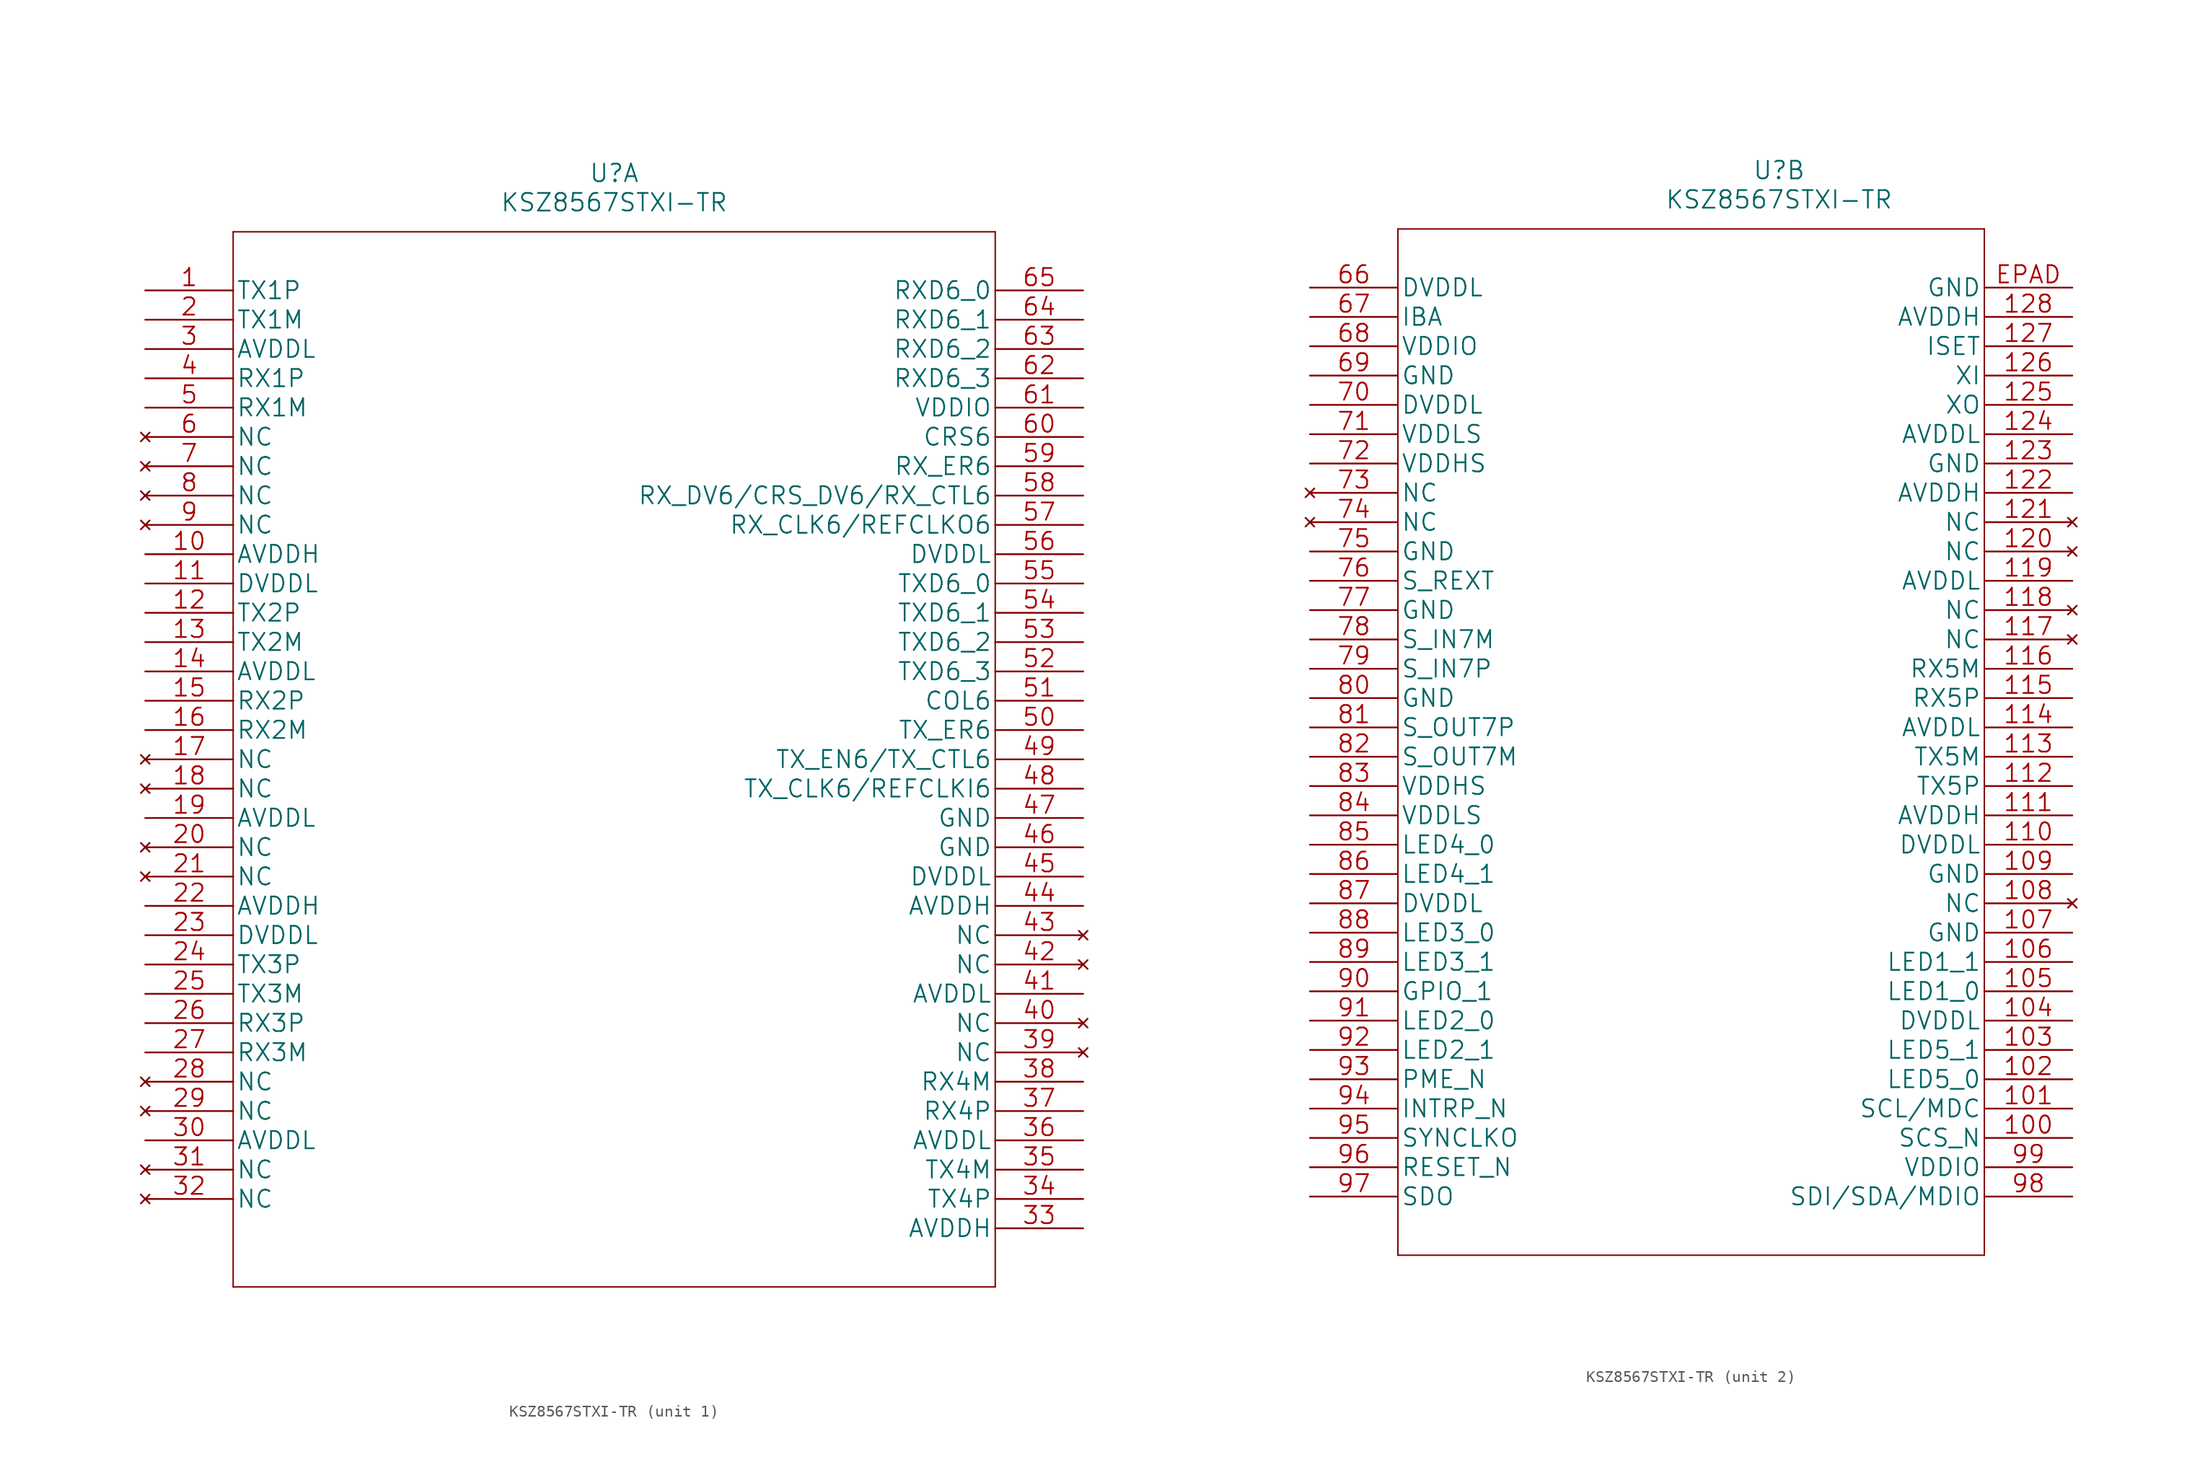
<source format=kicad_sym>
(kicad_symbol_lib
  (version 20231120)
  (generator "kicad_symbol_editor")
  (generator_version "8.0")
  (symbol "KSZ8567STXI-TR"
    (pin_names
      (offset 0.254))
    (property "Reference" "U"
      (at 40.64 10.16 0)
      (effects (font (size 1.524 1.524))))
    (property "Value" "KSZ8567STXI-TR"
      (at 40.64 7.62 0)
      (effects (font (size 1.524 1.524))))
    (property "Datasheet" ""
      (at 0 0 0)
      (effects (font (size 1.524 1.524))))
    (property "ki_locked" ""
      (at 0 0 0)
      (effects (font (size 1.27 1.27))))
    (symbol "KSZ8567STXI-TR_1_1"
      (polyline (pts (xy 7.62 -86.36) (xy 73.66 -86.36)) (stroke (width 0.127) (type default)) (fill (type none)))
      (polyline (pts (xy 7.62 5.08) (xy 7.62 -86.36)) (stroke (width 0.127) (type default)) (fill (type none)))
      (polyline (pts (xy 73.66 -86.36) (xy 73.66 5.08)) (stroke (width 0.127) (type default)) (fill (type none)))
      (polyline (pts (xy 73.66 5.08) (xy 7.62 5.08)) (stroke (width 0.127) (type default)) (fill (type none)))
      (pin unspecified line (at 0 0 0) (length 7.62) (name "TX1P" (effects (font (size 1.499 1.499)))) (number "1" (effects (font (size 1.499 1.499)))))
      (pin power_in line (at 0 -22.86 0) (length 7.62) (name "AVDDH" (effects (font (size 1.499 1.499)))) (number "10" (effects (font (size 1.499 1.499)))))
      (pin power_in line (at 0 -25.4 0) (length 7.62) (name "DVDDL" (effects (font (size 1.499 1.499)))) (number "11" (effects (font (size 1.499 1.499)))))
      (pin unspecified line (at 0 -27.94 0) (length 7.62) (name "TX2P" (effects (font (size 1.499 1.499)))) (number "12" (effects (font (size 1.499 1.499)))))
      (pin unspecified line (at 0 -30.48 0) (length 7.62) (name "TX2M" (effects (font (size 1.499 1.499)))) (number "13" (effects (font (size 1.499 1.499)))))
      (pin power_in line (at 0 -33.02 0) (length 7.62) (name "AVDDL" (effects (font (size 1.499 1.499)))) (number "14" (effects (font (size 1.499 1.499)))))
      (pin unspecified line (at 0 -35.56 0) (length 7.62) (name "RX2P" (effects (font (size 1.499 1.499)))) (number "15" (effects (font (size 1.499 1.499)))))
      (pin unspecified line (at 0 -38.1 0) (length 7.62) (name "RX2M" (effects (font (size 1.499 1.499)))) (number "16" (effects (font (size 1.499 1.499)))))
      (pin no_connect line (at 0 -40.64 0) (length 7.62) (name "NC" (effects (font (size 1.499 1.499)))) (number "17" (effects (font (size 1.499 1.499)))))
      (pin no_connect line (at 0 -43.18 0) (length 7.62) (name "NC" (effects (font (size 1.499 1.499)))) (number "18" (effects (font (size 1.499 1.499)))))
      (pin power_in line (at 0 -45.72 0) (length 7.62) (name "AVDDL" (effects (font (size 1.499 1.499)))) (number "19" (effects (font (size 1.499 1.499)))))
      (pin unspecified line (at 0 -2.54 0) (length 7.62) (name "TX1M" (effects (font (size 1.499 1.499)))) (number "2" (effects (font (size 1.499 1.499)))))
      (pin no_connect line (at 0 -48.26 0) (length 7.62) (name "NC" (effects (font (size 1.499 1.499)))) (number "20" (effects (font (size 1.499 1.499)))))
      (pin no_connect line (at 0 -50.8 0) (length 7.62) (name "NC" (effects (font (size 1.499 1.499)))) (number "21" (effects (font (size 1.499 1.499)))))
      (pin power_in line (at 0 -53.34 0) (length 7.62) (name "AVDDH" (effects (font (size 1.499 1.499)))) (number "22" (effects (font (size 1.499 1.499)))))
      (pin power_in line (at 0 -55.88 0) (length 7.62) (name "DVDDL" (effects (font (size 1.499 1.499)))) (number "23" (effects (font (size 1.499 1.499)))))
      (pin unspecified line (at 0 -58.42 0) (length 7.62) (name "TX3P" (effects (font (size 1.499 1.499)))) (number "24" (effects (font (size 1.499 1.499)))))
      (pin unspecified line (at 0 -60.96 0) (length 7.62) (name "TX3M" (effects (font (size 1.499 1.499)))) (number "25" (effects (font (size 1.499 1.499)))))
      (pin unspecified line (at 0 -63.5 0) (length 7.62) (name "RX3P" (effects (font (size 1.499 1.499)))) (number "26" (effects (font (size 1.499 1.499)))))
      (pin unspecified line (at 0 -66.04 0) (length 7.62) (name "RX3M" (effects (font (size 1.499 1.499)))) (number "27" (effects (font (size 1.499 1.499)))))
      (pin no_connect line (at 0 -68.58 0) (length 7.62) (name "NC" (effects (font (size 1.499 1.499)))) (number "28" (effects (font (size 1.499 1.499)))))
      (pin no_connect line (at 0 -71.12 0) (length 7.62) (name "NC" (effects (font (size 1.499 1.499)))) (number "29" (effects (font (size 1.499 1.499)))))
      (pin power_in line (at 0 -5.08 0) (length 7.62) (name "AVDDL" (effects (font (size 1.499 1.499)))) (number "3" (effects (font (size 1.499 1.499)))))
      (pin power_in line (at 0 -73.66 0) (length 7.62) (name "AVDDL" (effects (font (size 1.499 1.499)))) (number "30" (effects (font (size 1.499 1.499)))))
      (pin no_connect line (at 0 -76.2 0) (length 7.62) (name "NC" (effects (font (size 1.499 1.499)))) (number "31" (effects (font (size 1.499 1.499)))))
      (pin no_connect line (at 0 -78.74 0) (length 7.62) (name "NC" (effects (font (size 1.499 1.499)))) (number "32" (effects (font (size 1.499 1.499)))))
      (pin power_in line (at 81.28 -81.28 180) (length 7.62) (name "AVDDH" (effects (font (size 1.499 1.499)))) (number "33" (effects (font (size 1.499 1.499)))))
      (pin unspecified line (at 81.28 -78.74 180) (length 7.62) (name "TX4P" (effects (font (size 1.499 1.499)))) (number "34" (effects (font (size 1.499 1.499)))))
      (pin unspecified line (at 81.28 -76.2 180) (length 7.62) (name "TX4M" (effects (font (size 1.499 1.499)))) (number "35" (effects (font (size 1.499 1.499)))))
      (pin power_in line (at 81.28 -73.66 180) (length 7.62) (name "AVDDL" (effects (font (size 1.499 1.499)))) (number "36" (effects (font (size 1.499 1.499)))))
      (pin unspecified line (at 81.28 -71.12 180) (length 7.62) (name "RX4P" (effects (font (size 1.499 1.499)))) (number "37" (effects (font (size 1.499 1.499)))))
      (pin unspecified line (at 81.28 -68.58 180) (length 7.62) (name "RX4M" (effects (font (size 1.499 1.499)))) (number "38" (effects (font (size 1.499 1.499)))))
      (pin no_connect line (at 81.28 -66.04 180) (length 7.62) (name "NC" (effects (font (size 1.499 1.499)))) (number "39" (effects (font (size 1.499 1.499)))))
      (pin unspecified line (at 0 -7.62 0) (length 7.62) (name "RX1P" (effects (font (size 1.499 1.499)))) (number "4" (effects (font (size 1.499 1.499)))))
      (pin no_connect line (at 81.28 -63.5 180) (length 7.62) (name "NC" (effects (font (size 1.499 1.499)))) (number "40" (effects (font (size 1.499 1.499)))))
      (pin power_in line (at 81.28 -60.96 180) (length 7.62) (name "AVDDL" (effects (font (size 1.499 1.499)))) (number "41" (effects (font (size 1.499 1.499)))))
      (pin no_connect line (at 81.28 -58.42 180) (length 7.62) (name "NC" (effects (font (size 1.499 1.499)))) (number "42" (effects (font (size 1.499 1.499)))))
      (pin no_connect line (at 81.28 -55.88 180) (length 7.62) (name "NC" (effects (font (size 1.499 1.499)))) (number "43" (effects (font (size 1.499 1.499)))))
      (pin power_in line (at 81.28 -53.34 180) (length 7.62) (name "AVDDH" (effects (font (size 1.499 1.499)))) (number "44" (effects (font (size 1.499 1.499)))))
      (pin power_in line (at 81.28 -50.8 180) (length 7.62) (name "DVDDL" (effects (font (size 1.499 1.499)))) (number "45" (effects (font (size 1.499 1.499)))))
      (pin power_in line (at 81.28 -48.26 180) (length 7.62) (name "GND" (effects (font (size 1.499 1.499)))) (number "46" (effects (font (size 1.499 1.499)))))
      (pin power_in line (at 81.28 -45.72 180) (length 7.62) (name "GND" (effects (font (size 1.499 1.499)))) (number "47" (effects (font (size 1.499 1.499)))))
      (pin bidirectional line (at 81.28 -43.18 180) (length 7.62) (name "TX_CLK6/REFCLKI6" (effects (font (size 1.499 1.499)))) (number "48" (effects (font (size 1.499 1.499)))))
      (pin input line (at 81.28 -40.64 180) (length 7.62) (name "TX_EN6/TX_CTL6" (effects (font (size 1.499 1.499)))) (number "49" (effects (font (size 1.499 1.499)))))
      (pin unspecified line (at 0 -10.16 0) (length 7.62) (name "RX1M" (effects (font (size 1.499 1.499)))) (number "5" (effects (font (size 1.499 1.499)))))
      (pin input line (at 81.28 -38.1 180) (length 7.62) (name "TX_ER6" (effects (font (size 1.499 1.499)))) (number "50" (effects (font (size 1.499 1.499)))))
      (pin bidirectional line (at 81.28 -35.56 180) (length 7.62) (name "COL6" (effects (font (size 1.499 1.499)))) (number "51" (effects (font (size 1.499 1.499)))))
      (pin input line (at 81.28 -33.02 180) (length 7.62) (name "TXD6_3" (effects (font (size 1.499 1.499)))) (number "52" (effects (font (size 1.499 1.499)))))
      (pin input line (at 81.28 -30.48 180) (length 7.62) (name "TXD6_2" (effects (font (size 1.499 1.499)))) (number "53" (effects (font (size 1.499 1.499)))))
      (pin input line (at 81.28 -27.94 180) (length 7.62) (name "TXD6_1" (effects (font (size 1.499 1.499)))) (number "54" (effects (font (size 1.499 1.499)))))
      (pin input line (at 81.28 -25.4 180) (length 7.62) (name "TXD6_0" (effects (font (size 1.499 1.499)))) (number "55" (effects (font (size 1.499 1.499)))))
      (pin power_in line (at 81.28 -22.86 180) (length 7.62) (name "DVDDL" (effects (font (size 1.499 1.499)))) (number "56" (effects (font (size 1.499 1.499)))))
      (pin bidirectional line (at 81.28 -20.32 180) (length 7.62) (name "RX_CLK6/REFCLKO6" (effects (font (size 1.499 1.499)))) (number "57" (effects (font (size 1.499 1.499)))))
      (pin bidirectional line (at 81.28 -17.78 180) (length 7.62) (name "RX_DV6/CRS_DV6/RX_CTL6" (effects (font (size 1.499 1.499)))) (number "58" (effects (font (size 1.499 1.499)))))
      (pin bidirectional line (at 81.28 -15.24 180) (length 7.62) (name "RX_ER6" (effects (font (size 1.499 1.499)))) (number "59" (effects (font (size 1.499 1.499)))))
      (pin no_connect line (at 0 -12.7 0) (length 7.62) (name "NC" (effects (font (size 1.499 1.499)))) (number "6" (effects (font (size 1.499 1.499)))))
      (pin bidirectional line (at 81.28 -12.7 180) (length 7.62) (name "CRS6" (effects (font (size 1.499 1.499)))) (number "60" (effects (font (size 1.499 1.499)))))
      (pin power_in line (at 81.28 -10.16 180) (length 7.62) (name "VDDIO" (effects (font (size 1.499 1.499)))) (number "61" (effects (font (size 1.499 1.499)))))
      (pin bidirectional line (at 81.28 -7.62 180) (length 7.62) (name "RXD6_3" (effects (font (size 1.499 1.499)))) (number "62" (effects (font (size 1.499 1.499)))))
      (pin bidirectional line (at 81.28 -5.08 180) (length 7.62) (name "RXD6_2" (effects (font (size 1.499 1.499)))) (number "63" (effects (font (size 1.499 1.499)))))
      (pin bidirectional line (at 81.28 -2.54 180) (length 7.62) (name "RXD6_1" (effects (font (size 1.499 1.499)))) (number "64" (effects (font (size 1.499 1.499)))))
      (pin bidirectional line (at 81.28 0 180) (length 7.62) (name "RXD6_0" (effects (font (size 1.499 1.499)))) (number "65" (effects (font (size 1.499 1.499)))))
      (pin no_connect line (at 0 -15.24 0) (length 7.62) (name "NC" (effects (font (size 1.499 1.499)))) (number "7" (effects (font (size 1.499 1.499)))))
      (pin no_connect line (at 0 -17.78 0) (length 7.62) (name "NC" (effects (font (size 1.499 1.499)))) (number "8" (effects (font (size 1.499 1.499)))))
      (pin no_connect line (at 0 -20.32 0) (length 7.62) (name "NC" (effects (font (size 1.499 1.499)))) (number "9" (effects (font (size 1.499 1.499))))))
    (symbol "KSZ8567STXI-TR_2_1"
      (polyline (pts (xy 7.62 -83.82) (xy 58.42 -83.82)) (stroke (width 0.127) (type default)) (fill (type none)))
      (polyline (pts (xy 7.62 5.08) (xy 7.62 -83.82)) (stroke (width 0.127) (type default)) (fill (type none)))
      (polyline (pts (xy 58.42 -83.82) (xy 58.42 5.08)) (stroke (width 0.127) (type default)) (fill (type none)))
      (polyline (pts (xy 58.42 5.08) (xy 7.62 5.08)) (stroke (width 0.127) (type default)) (fill (type none)))
      (pin input line (at 66.04 -73.66 180) (length 7.62) (name "SCS_N" (effects (font (size 1.499 1.499)))) (number "100" (effects (font (size 1.499 1.499)))))
      (pin input line (at 66.04 -71.12 180) (length 7.62) (name "SCL/MDC" (effects (font (size 1.499 1.499)))) (number "101" (effects (font (size 1.499 1.499)))))
      (pin bidirectional line (at 66.04 -68.58 180) (length 7.62) (name "LED5_0" (effects (font (size 1.499 1.499)))) (number "102" (effects (font (size 1.499 1.499)))))
      (pin bidirectional line (at 66.04 -66.04 180) (length 7.62) (name "LED5_1" (effects (font (size 1.499 1.499)))) (number "103" (effects (font (size 1.499 1.499)))))
      (pin power_in line (at 66.04 -63.5 180) (length 7.62) (name "DVDDL" (effects (font (size 1.499 1.499)))) (number "104" (effects (font (size 1.499 1.499)))))
      (pin bidirectional line (at 66.04 -60.96 180) (length 7.62) (name "LED1_0" (effects (font (size 1.499 1.499)))) (number "105" (effects (font (size 1.499 1.499)))))
      (pin bidirectional line (at 66.04 -58.42 180) (length 7.62) (name "LED1_1" (effects (font (size 1.499 1.499)))) (number "106" (effects (font (size 1.499 1.499)))))
      (pin power_in line (at 66.04 -55.88 180) (length 7.62) (name "GND" (effects (font (size 1.499 1.499)))) (number "107" (effects (font (size 1.499 1.499)))))
      (pin no_connect line (at 66.04 -53.34 180) (length 7.62) (name "NC" (effects (font (size 1.499 1.499)))) (number "108" (effects (font (size 1.499 1.499)))))
      (pin power_in line (at 66.04 -50.8 180) (length 7.62) (name "GND" (effects (font (size 1.499 1.499)))) (number "109" (effects (font (size 1.499 1.499)))))
      (pin power_in line (at 66.04 -48.26 180) (length 7.62) (name "DVDDL" (effects (font (size 1.499 1.499)))) (number "110" (effects (font (size 1.499 1.499)))))
      (pin power_in line (at 66.04 -45.72 180) (length 7.62) (name "AVDDH" (effects (font (size 1.499 1.499)))) (number "111" (effects (font (size 1.499 1.499)))))
      (pin unspecified line (at 66.04 -43.18 180) (length 7.62) (name "TX5P" (effects (font (size 1.499 1.499)))) (number "112" (effects (font (size 1.499 1.499)))))
      (pin unspecified line (at 66.04 -40.64 180) (length 7.62) (name "TX5M" (effects (font (size 1.499 1.499)))) (number "113" (effects (font (size 1.499 1.499)))))
      (pin power_in line (at 66.04 -38.1 180) (length 7.62) (name "AVDDL" (effects (font (size 1.499 1.499)))) (number "114" (effects (font (size 1.499 1.499)))))
      (pin unspecified line (at 66.04 -35.56 180) (length 7.62) (name "RX5P" (effects (font (size 1.499 1.499)))) (number "115" (effects (font (size 1.499 1.499)))))
      (pin unspecified line (at 66.04 -33.02 180) (length 7.62) (name "RX5M" (effects (font (size 1.499 1.499)))) (number "116" (effects (font (size 1.499 1.499)))))
      (pin no_connect line (at 66.04 -30.48 180) (length 7.62) (name "NC" (effects (font (size 1.499 1.499)))) (number "117" (effects (font (size 1.499 1.499)))))
      (pin no_connect line (at 66.04 -27.94 180) (length 7.62) (name "NC" (effects (font (size 1.499 1.499)))) (number "118" (effects (font (size 1.499 1.499)))))
      (pin power_in line (at 66.04 -25.4 180) (length 7.62) (name "AVDDL" (effects (font (size 1.499 1.499)))) (number "119" (effects (font (size 1.499 1.499)))))
      (pin no_connect line (at 66.04 -22.86 180) (length 7.62) (name "NC" (effects (font (size 1.499 1.499)))) (number "120" (effects (font (size 1.499 1.499)))))
      (pin no_connect line (at 66.04 -20.32 180) (length 7.62) (name "NC" (effects (font (size 1.499 1.499)))) (number "121" (effects (font (size 1.499 1.499)))))
      (pin power_in line (at 66.04 -17.78 180) (length 7.62) (name "AVDDH" (effects (font (size 1.499 1.499)))) (number "122" (effects (font (size 1.499 1.499)))))
      (pin power_in line (at 66.04 -15.24 180) (length 7.62) (name "GND" (effects (font (size 1.499 1.499)))) (number "123" (effects (font (size 1.499 1.499)))))
      (pin power_in line (at 66.04 -12.7 180) (length 7.62) (name "AVDDL" (effects (font (size 1.499 1.499)))) (number "124" (effects (font (size 1.499 1.499)))))
      (pin output line (at 66.04 -10.16 180) (length 7.62) (name "XO" (effects (font (size 1.499 1.499)))) (number "125" (effects (font (size 1.499 1.499)))))
      (pin input line (at 66.04 -7.62 180) (length 7.62) (name "XI" (effects (font (size 1.499 1.499)))) (number "126" (effects (font (size 1.499 1.499)))))
      (pin unspecified line (at 66.04 -5.08 180) (length 7.62) (name "ISET" (effects (font (size 1.499 1.499)))) (number "127" (effects (font (size 1.499 1.499)))))
      (pin power_in line (at 66.04 -2.54 180) (length 7.62) (name "AVDDH" (effects (font (size 1.499 1.499)))) (number "128" (effects (font (size 1.499 1.499)))))
      (pin power_in line (at 0 0 0) (length 7.62) (name "DVDDL" (effects (font (size 1.499 1.499)))) (number "66" (effects (font (size 1.499 1.499)))))
      (pin input line (at 0 -2.54 0) (length 7.62) (name "IBA" (effects (font (size 1.499 1.499)))) (number "67" (effects (font (size 1.499 1.499)))))
      (pin power_in line (at 0 -5.08 0) (length 7.62) (name "VDDIO" (effects (font (size 1.499 1.499)))) (number "68" (effects (font (size 1.499 1.499)))))
      (pin power_in line (at 0 -7.62 0) (length 7.62) (name "GND" (effects (font (size 1.499 1.499)))) (number "69" (effects (font (size 1.499 1.499)))))
      (pin power_in line (at 0 -10.16 0) (length 7.62) (name "DVDDL" (effects (font (size 1.499 1.499)))) (number "70" (effects (font (size 1.499 1.499)))))
      (pin power_in line (at 0 -12.7 0) (length 7.62) (name "VDDLS" (effects (font (size 1.499 1.499)))) (number "71" (effects (font (size 1.499 1.499)))))
      (pin power_in line (at 0 -15.24 0) (length 7.62) (name "VDDHS" (effects (font (size 1.499 1.499)))) (number "72" (effects (font (size 1.499 1.499)))))
      (pin no_connect line (at 0 -17.78 0) (length 7.62) (name "NC" (effects (font (size 1.499 1.499)))) (number "73" (effects (font (size 1.499 1.499)))))
      (pin no_connect line (at 0 -20.32 0) (length 7.62) (name "NC" (effects (font (size 1.499 1.499)))) (number "74" (effects (font (size 1.499 1.499)))))
      (pin power_in line (at 0 -22.86 0) (length 7.62) (name "GND" (effects (font (size 1.499 1.499)))) (number "75" (effects (font (size 1.499 1.499)))))
      (pin unspecified line (at 0 -25.4 0) (length 7.62) (name "S_REXT" (effects (font (size 1.499 1.499)))) (number "76" (effects (font (size 1.499 1.499)))))
      (pin power_in line (at 0 -27.94 0) (length 7.62) (name "GND" (effects (font (size 1.499 1.499)))) (number "77" (effects (font (size 1.499 1.499)))))
      (pin input line (at 0 -30.48 0) (length 7.62) (name "S_IN7M" (effects (font (size 1.499 1.499)))) (number "78" (effects (font (size 1.499 1.499)))))
      (pin input line (at 0 -33.02 0) (length 7.62) (name "S_IN7P" (effects (font (size 1.499 1.499)))) (number "79" (effects (font (size 1.499 1.499)))))
      (pin power_in line (at 0 -35.56 0) (length 7.62) (name "GND" (effects (font (size 1.499 1.499)))) (number "80" (effects (font (size 1.499 1.499)))))
      (pin output line (at 0 -38.1 0) (length 7.62) (name "S_OUT7P" (effects (font (size 1.499 1.499)))) (number "81" (effects (font (size 1.499 1.499)))))
      (pin output line (at 0 -40.64 0) (length 7.62) (name "S_OUT7M" (effects (font (size 1.499 1.499)))) (number "82" (effects (font (size 1.499 1.499)))))
      (pin power_in line (at 0 -43.18 0) (length 7.62) (name "VDDHS" (effects (font (size 1.499 1.499)))) (number "83" (effects (font (size 1.499 1.499)))))
      (pin power_in line (at 0 -45.72 0) (length 7.62) (name "VDDLS" (effects (font (size 1.499 1.499)))) (number "84" (effects (font (size 1.499 1.499)))))
      (pin bidirectional line (at 0 -48.26 0) (length 7.62) (name "LED4_0" (effects (font (size 1.499 1.499)))) (number "85" (effects (font (size 1.499 1.499)))))
      (pin bidirectional line (at 0 -50.8 0) (length 7.62) (name "LED4_1" (effects (font (size 1.499 1.499)))) (number "86" (effects (font (size 1.499 1.499)))))
      (pin power_in line (at 0 -53.34 0) (length 7.62) (name "DVDDL" (effects (font (size 1.499 1.499)))) (number "87" (effects (font (size 1.499 1.499)))))
      (pin bidirectional line (at 0 -55.88 0) (length 7.62) (name "LED3_0" (effects (font (size 1.499 1.499)))) (number "88" (effects (font (size 1.499 1.499)))))
      (pin bidirectional line (at 0 -58.42 0) (length 7.62) (name "LED3_1" (effects (font (size 1.499 1.499)))) (number "89" (effects (font (size 1.499 1.499)))))
      (pin bidirectional line (at 0 -60.96 0) (length 7.62) (name "GPIO_1" (effects (font (size 1.499 1.499)))) (number "90" (effects (font (size 1.499 1.499)))))
      (pin bidirectional line (at 0 -63.5 0) (length 7.62) (name "LED2_0" (effects (font (size 1.499 1.499)))) (number "91" (effects (font (size 1.499 1.499)))))
      (pin bidirectional line (at 0 -66.04 0) (length 7.62) (name "LED2_1" (effects (font (size 1.499 1.499)))) (number "92" (effects (font (size 1.499 1.499)))))
      (pin output line (at 0 -68.58 0) (length 7.62) (name "PME_N" (effects (font (size 1.499 1.499)))) (number "93" (effects (font (size 1.499 1.499)))))
      (pin output line (at 0 -71.12 0) (length 7.62) (name "INTRP_N" (effects (font (size 1.499 1.499)))) (number "94" (effects (font (size 1.499 1.499)))))
      (pin bidirectional line (at 0 -73.66 0) (length 7.62) (name "SYNCLKO" (effects (font (size 1.499 1.499)))) (number "95" (effects (font (size 1.499 1.499)))))
      (pin input line (at 0 -76.2 0) (length 7.62) (name "RESET_N" (effects (font (size 1.499 1.499)))) (number "96" (effects (font (size 1.499 1.499)))))
      (pin output line (at 0 -78.74 0) (length 7.62) (name "SDO" (effects (font (size 1.499 1.499)))) (number "97" (effects (font (size 1.499 1.499)))))
      (pin bidirectional line (at 66.04 -78.74 180) (length 7.62) (name "SDI/SDA/MDIO" (effects (font (size 1.499 1.499)))) (number "98" (effects (font (size 1.499 1.499)))))
      (pin power_in line (at 66.04 -76.2 180) (length 7.62) (name "VDDIO" (effects (font (size 1.499 1.499)))) (number "99" (effects (font (size 1.499 1.499)))))
      (pin power_in line (at 66.04 0 180) (length 7.62) (name "GND" (effects (font (size 1.499 1.499)))) (number "EPAD" (effects (font (size 1.499 1.499))))))))
</source>
